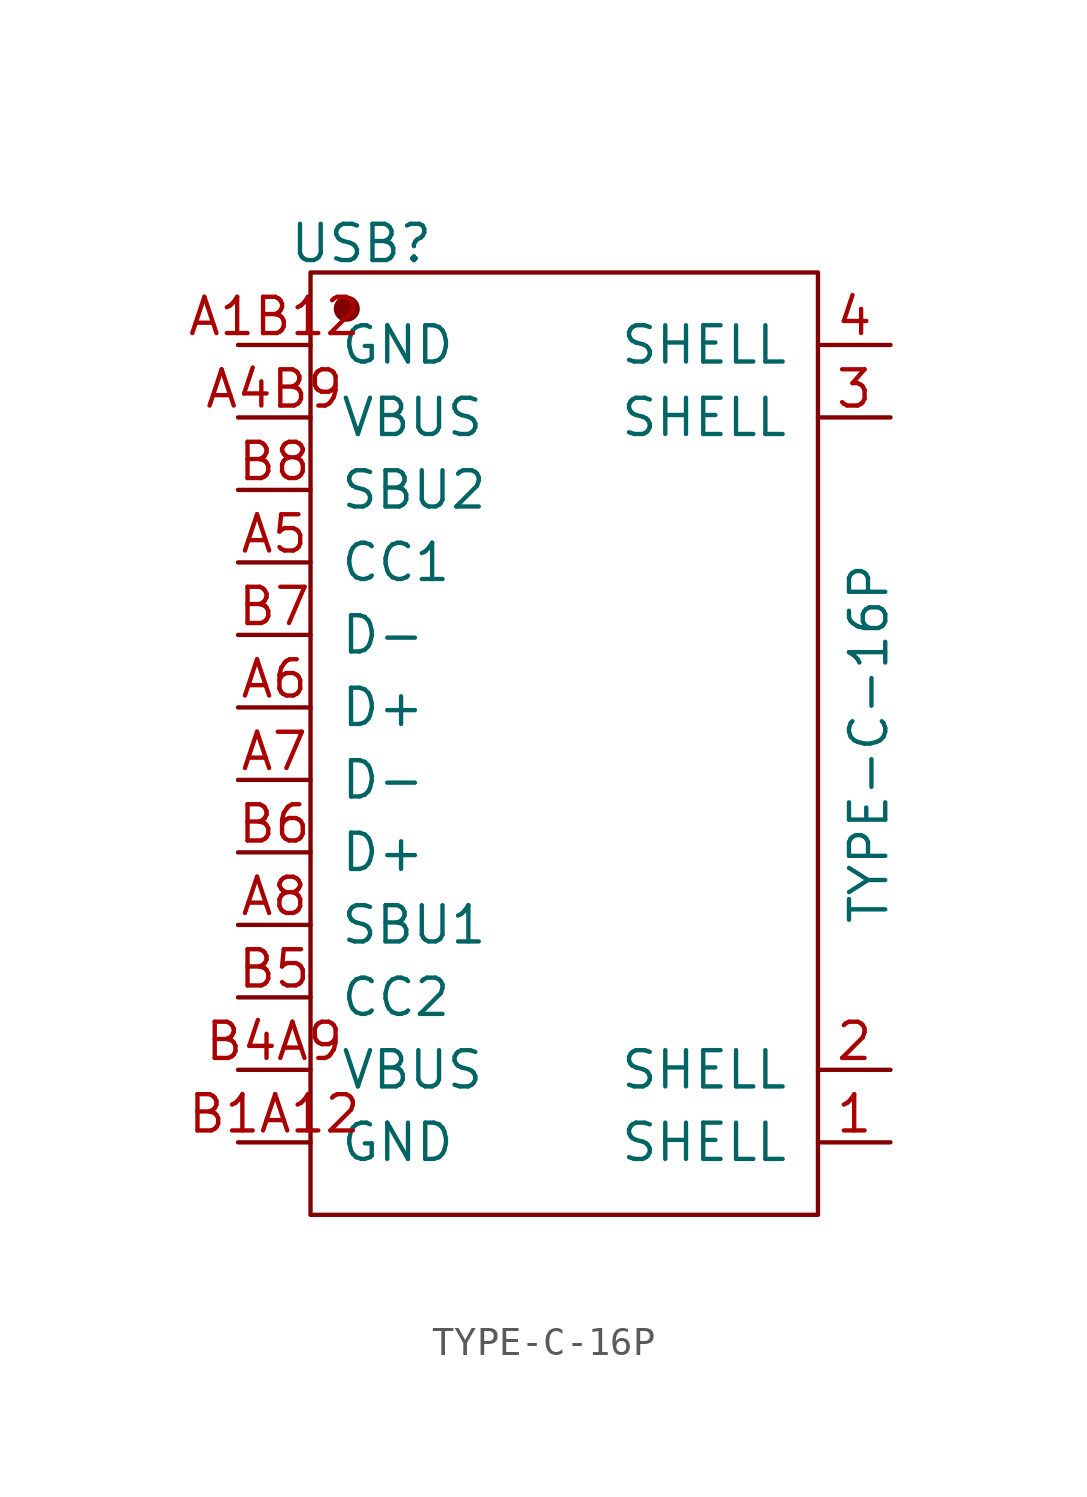
<source format=kicad_sym>
(kicad_symbol_lib
  (version 20231120)
  (generator "kicad_symbol_editor")
  (generator_version "8.0")
  (symbol "TYPE-C-16P"
    (pin_names
      (offset 1.016))
    (property "Reference" "USB"
      (at -8.382 18.796 0)
      (effects (font (size 1.27 1.27))))
    (property "Value" "TYPE-C-16P"
      (at 9.398 1.27 90)
      (effects (font (size 1.27 1.27))))
    (symbol "TYPE-C-16P_1_1"
      (rectangle (start -10.16 17.78) (end 7.62 -15.24) (stroke (width 0.152) (type solid)) (fill (type none)))
      (circle (center -8.89 16.51) (radius 0.381) (stroke (width 0.152) (type solid)) (fill (type outline)))
      (pin input line (at 10.16 -12.7 180) (length 2.54) (name "SHELL" (effects (font (size 1.27 1.27)))) (number "1" (effects (font (size 1.27 1.27)))))
      (pin input line (at 10.16 -10.16 180) (length 2.54) (name "SHELL" (effects (font (size 1.27 1.27)))) (number "2" (effects (font (size 1.27 1.27)))))
      (pin input line (at 10.16 12.7 180) (length 2.54) (name "SHELL" (effects (font (size 1.27 1.27)))) (number "3" (effects (font (size 1.27 1.27)))))
      (pin input line (at 10.16 15.24 180) (length 2.54) (name "SHELL" (effects (font (size 1.27 1.27)))) (number "4" (effects (font (size 1.27 1.27)))))
      (pin input line (at -12.7 15.24 0) (length 2.54) (name "GND" (effects (font (size 1.27 1.27)))) (number "A1B12" (effects (font (size 1.27 1.27)))))
      (pin input line (at -12.7 12.7 0) (length 2.54) (name "VBUS" (effects (font (size 1.27 1.27)))) (number "A4B9" (effects (font (size 1.27 1.27)))))
      (pin input line (at -12.7 7.62 0) (length 2.54) (name "CC1" (effects (font (size 1.27 1.27)))) (number "A5" (effects (font (size 1.27 1.27)))))
      (pin input line (at -12.7 2.54 0) (length 2.54) (name "D+" (effects (font (size 1.27 1.27)))) (number "A6" (effects (font (size 1.27 1.27)))))
      (pin input line (at -12.7 0 0) (length 2.54) (name "D-" (effects (font (size 1.27 1.27)))) (number "A7" (effects (font (size 1.27 1.27)))))
      (pin input line (at -12.7 -5.08 0) (length 2.54) (name "SBU1" (effects (font (size 1.27 1.27)))) (number "A8" (effects (font (size 1.27 1.27)))))
      (pin input line (at -12.7 -12.7 0) (length 2.54) (name "GND" (effects (font (size 1.27 1.27)))) (number "B1A12" (effects (font (size 1.27 1.27)))))
      (pin input line (at -12.7 -10.16 0) (length 2.54) (name "VBUS" (effects (font (size 1.27 1.27)))) (number "B4A9" (effects (font (size 1.27 1.27)))))
      (pin input line (at -12.7 -7.62 0) (length 2.54) (name "CC2" (effects (font (size 1.27 1.27)))) (number "B5" (effects (font (size 1.27 1.27)))))
      (pin input line (at -12.7 -2.54 0) (length 2.54) (name "D+" (effects (font (size 1.27 1.27)))) (number "B6" (effects (font (size 1.27 1.27)))))
      (pin input line (at -12.7 5.08 0) (length 2.54) (name "D-" (effects (font (size 1.27 1.27)))) (number "B7" (effects (font (size 1.27 1.27)))))
      (pin input line (at -12.7 10.16 0) (length 2.54) (name "SBU2" (effects (font (size 1.27 1.27)))) (number "B8" (effects (font (size 1.27 1.27))))))))
</source>
